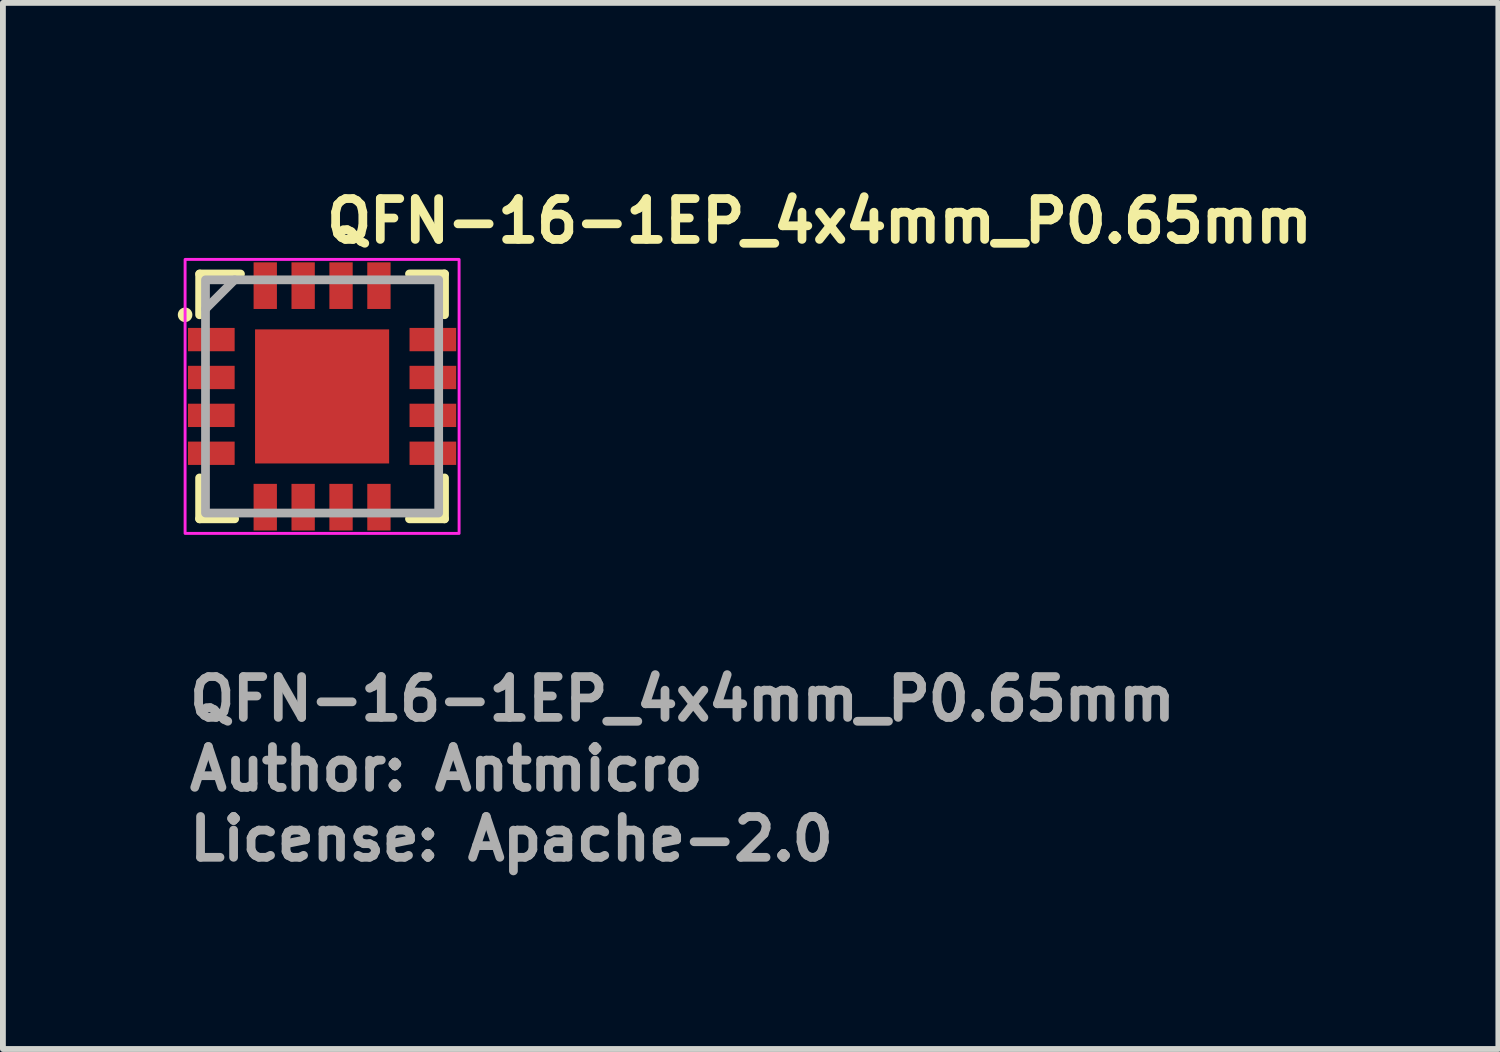
<source format=kicad_pcb>
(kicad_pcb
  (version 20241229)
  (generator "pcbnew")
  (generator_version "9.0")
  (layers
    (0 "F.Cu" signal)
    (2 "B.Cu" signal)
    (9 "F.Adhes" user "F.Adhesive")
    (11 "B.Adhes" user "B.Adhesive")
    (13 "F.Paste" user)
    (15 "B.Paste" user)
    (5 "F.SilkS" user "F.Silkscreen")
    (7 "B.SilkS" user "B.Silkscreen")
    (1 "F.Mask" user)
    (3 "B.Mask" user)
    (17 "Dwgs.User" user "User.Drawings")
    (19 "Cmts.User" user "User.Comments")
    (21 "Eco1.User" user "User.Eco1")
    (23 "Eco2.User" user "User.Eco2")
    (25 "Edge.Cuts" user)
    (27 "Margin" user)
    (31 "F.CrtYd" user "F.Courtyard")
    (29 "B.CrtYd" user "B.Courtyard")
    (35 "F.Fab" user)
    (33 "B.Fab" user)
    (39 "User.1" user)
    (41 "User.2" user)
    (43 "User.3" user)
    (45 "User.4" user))
  (footprint "QFN-16-1EP_4x4mm_P0.65mm"
    (layer "F.Cu")
    (at 2.475 3.75)
    (property "Reference" "QFN-16-1EP_4x4mm_P0.65mm" (at 0 -2.6 0) (layer "F.SilkS") (effects (font (size 0.7 0.7) (thickness 0.15)) (justify left bottom)))
    (attr smd)
    (fp_line (start -2.101 1.398) (end -2.101 2.1) (stroke (width 0.15) (type solid)) (layer "F.SilkS"))
    (fp_line (start -2.101 2.1) (end -1.5 2.1) (stroke (width 0.15) (type solid)) (layer "F.SilkS"))
    (fp_line (start -2.1 -2.1) (end -2.101 -1.4) (stroke (width 0.15) (type solid)) (layer "F.SilkS"))
    (fp_line (start -1.4 -2.1) (end -2.1 -2.1) (stroke (width 0.15) (type solid)) (layer "F.SilkS"))
    (fp_line (start 1.499 -2.101) (end 2.1 -2.101) (stroke (width 0.15) (type solid)) (layer "F.SilkS"))
    (fp_line (start 1.499 2.1) (end 2.1 2.1) (stroke (width 0.15) (type solid)) (layer "F.SilkS"))
    (fp_line (start 2.1 -2.101) (end 2.1 -1.401) (stroke (width 0.15) (type solid)) (layer "F.SilkS"))
    (fp_line (start 2.1 2.1) (end 2.1 1.398) (stroke (width 0.15) (type solid)) (layer "F.SilkS"))
    (fp_circle (center -2.35 -1.4) (end -2.3 -1.4) (stroke (width 0.15) (type solid)) (fill yes) (layer "F.SilkS"))
    (fp_rect (start -2.35 -2.35) (end 2.35 2.35) (stroke (width 0.05) (type solid)) (fill no) (layer "F.CrtYd"))
    (fp_line (start -1.5 -2) (end -2 -1.5) (stroke (width 0.15) (type solid)) (layer "F.Fab"))
    (fp_rect (start 2 2) (end -2 -2) (stroke (width 0.15) (type solid)) (fill no) (layer "F.Fab"))
    (fp_rect (start -2 -2) (end 1.999 1.999) (stroke (width 0.1) (type solid)) (fill no) (layer "User.5"))
    (fp_line (start -2 -1.125) (end -2 -0.826) (stroke (width 0.02) (type solid)) (layer "User.9"))
    (fp_line (start -2 -0.826) (end -1.99 -0.826) (stroke (width 0.02) (type solid)) (layer "User.9"))
    (fp_line (start -2 -0.476) (end -2 -0.176) (stroke (width 0.02) (type solid)) (layer "User.9"))
    (fp_line (start -2 -0.176) (end -1.99 -0.176) (stroke (width 0.02) (type solid)) (layer "User.9"))
    (fp_line (start -2 0.174) (end -2 0.474) (stroke (width 0.02) (type solid)) (layer "User.9"))
    (fp_line (start -2 0.474) (end -1.99 0.474) (stroke (width 0.02) (type solid)) (layer "User.9"))
    (fp_line (start -2 0.824) (end -2 1.124) (stroke (width 0.02) (type solid)) (layer "User.9"))
    (fp_line (start -2 1.124) (end -1.99 1.124) (stroke (width 0.02) (type solid)) (layer "User.9"))
    (fp_line (start -1.99 -1.99) (end -1.99 1.989) (stroke (width 0.02) (type solid)) (layer "User.9"))
    (fp_line (start -1.99 -1.125) (end -2 -1.125) (stroke (width 0.02) (type solid)) (layer "User.9"))
    (fp_line (start -1.99 -0.476) (end -2 -0.476) (stroke (width 0.02) (type solid)) (layer "User.9"))
    (fp_line (start -1.99 0.174) (end -2 0.174) (stroke (width 0.02) (type solid)) (layer "User.9"))
    (fp_line (start -1.99 0.824) (end -2 0.824) (stroke (width 0.02) (type solid)) (layer "User.9"))
    (fp_line (start -1.99 1.989) (end 1.989 1.989) (stroke (width 0.02) (type solid)) (layer "User.9"))
    (fp_line (start -1.125 -2) (end -1.125 -1.99) (stroke (width 0.02) (type solid)) (layer "User.9"))
    (fp_line (start -1.125 1.989) (end -1.125 1.999) (stroke (width 0.02) (type solid)) (layer "User.9"))
    (fp_line (start -1.125 1.999) (end -0.826 1.999) (stroke (width 0.02) (type solid)) (layer "User.9"))
    (fp_line (start -0.826 -2) (end -1.125 -2) (stroke (width 0.02) (type solid)) (layer "User.9"))
    (fp_line (start -0.826 -1.99) (end -0.826 -2) (stroke (width 0.02) (type solid)) (layer "User.9"))
    (fp_line (start -0.826 1.999) (end -0.826 1.989) (stroke (width 0.02) (type solid)) (layer "User.9"))
    (fp_line (start -0.476 -2) (end -0.476 -1.99) (stroke (width 0.02) (type solid)) (layer "User.9"))
    (fp_line (start -0.476 1.989) (end -0.476 1.999) (stroke (width 0.02) (type solid)) (layer "User.9"))
    (fp_line (start -0.476 1.999) (end -0.176 1.999) (stroke (width 0.02) (type solid)) (layer "User.9"))
    (fp_line (start -0.176 -2) (end -0.476 -2) (stroke (width 0.02) (type solid)) (layer "User.9"))
    (fp_line (start -0.176 -1.99) (end -0.176 -2) (stroke (width 0.02) (type solid)) (layer "User.9"))
    (fp_line (start -0.176 1.999) (end -0.176 1.989) (stroke (width 0.02) (type solid)) (layer "User.9"))
    (fp_line (start 0.174 -2) (end 0.174 -1.99) (stroke (width 0.02) (type solid)) (layer "User.9"))
    (fp_line (start 0.174 1.989) (end 0.174 1.999) (stroke (width 0.02) (type solid)) (layer "User.9"))
    (fp_line (start 0.174 1.999) (end 0.474 1.999) (stroke (width 0.02) (type solid)) (layer "User.9"))
    (fp_line (start 0.474 -2) (end 0.174 -2) (stroke (width 0.02) (type solid)) (layer "User.9"))
    (fp_line (start 0.474 -1.99) (end 0.474 -2) (stroke (width 0.02) (type solid)) (layer "User.9"))
    (fp_line (start 0.474 1.999) (end 0.474 1.989) (stroke (width 0.02) (type solid)) (layer "User.9"))
    (fp_line (start 0.824 -2) (end 0.824 -1.99) (stroke (width 0.02) (type solid)) (layer "User.9"))
    (fp_line (start 0.824 1.989) (end 0.824 1.999) (stroke (width 0.02) (type solid)) (layer "User.9"))
    (fp_line (start 0.824 1.999) (end 1.124 1.999) (stroke (width 0.02) (type solid)) (layer "User.9"))
    (fp_line (start 1.124 -2) (end 0.824 -2) (stroke (width 0.02) (type solid)) (layer "User.9"))
    (fp_line (start 1.124 -1.99) (end 1.124 -2) (stroke (width 0.02) (type solid)) (layer "User.9"))
    (fp_line (start 1.124 1.999) (end 1.124 1.989) (stroke (width 0.02) (type solid)) (layer "User.9"))
    (fp_line (start 1.989 -1.99) (end -1.99 -1.99) (stroke (width 0.02) (type solid)) (layer "User.9"))
    (fp_line (start 1.989 -0.826) (end 1.999 -0.826) (stroke (width 0.02) (type solid)) (layer "User.9"))
    (fp_line (start 1.989 -0.176) (end 1.999 -0.176) (stroke (width 0.02) (type solid)) (layer "User.9"))
    (fp_line (start 1.989 0.474) (end 1.999 0.474) (stroke (width 0.02) (type solid)) (layer "User.9"))
    (fp_line (start 1.989 1.124) (end 1.999 1.124) (stroke (width 0.02) (type solid)) (layer "User.9"))
    (fp_line (start 1.989 1.989) (end 1.989 -1.99) (stroke (width 0.02) (type solid)) (layer "User.9"))
    (fp_line (start 1.999 -1.125) (end 1.989 -1.125) (stroke (width 0.02) (type solid)) (layer "User.9"))
    (fp_line (start 1.999 -0.826) (end 1.999 -1.125) (stroke (width 0.02) (type solid)) (layer "User.9"))
    (fp_line (start 1.999 -0.476) (end 1.989 -0.476) (stroke (width 0.02) (type solid)) (layer "User.9"))
    (fp_line (start 1.999 -0.176) (end 1.999 -0.476) (stroke (width 0.02) (type solid)) (layer "User.9"))
    (fp_line (start 1.999 0.174) (end 1.989 0.174) (stroke (width 0.02) (type solid)) (layer "User.9"))
    (fp_line (start 1.999 0.474) (end 1.999 0.174) (stroke (width 0.02) (type solid)) (layer "User.9"))
    (fp_line (start 1.999 0.824) (end 1.989 0.824) (stroke (width 0.02) (type solid)) (layer "User.9"))
    (fp_line (start 1.999 1.124) (end 1.999 0.824) (stroke (width 0.02) (type solid)) (layer "User.9"))
    (fp_circle (center -1.55 -1.55) (end -1.4 -1.55) (stroke (width 0.02) (type solid)) (fill no) (layer "User.9"))
    (fp_text user "Author: Antmicro" (at -2.35 6.799 0) (layer "F.Fab") (effects (font (size 0.7 0.7) (thickness 0.15)) (justify left bottom)))
    (fp_text user "License: Apache-2.0" (at -2.35 7.999 0) (layer "F.Fab") (effects (font (size 0.7 0.7) (thickness 0.15)) (justify left bottom)))
    (fp_text user "${REFERENCE}" (at -2.35 5.599 0) (layer "F.Fab") (effects (font (size 0.7 0.7) (thickness 0.15)) (justify left bottom)))
    (pad "1" smd rect (at -1.9 -0.975) (size 0.8 0.4) (layers "F.Cu" "F.Mask" "F.Paste"))
    (pad "2" smd rect (at -1.9 -0.325) (size 0.8 0.4) (layers "F.Cu" "F.Mask" "F.Paste"))
    (pad "3" smd rect (at -1.9 0.325) (size 0.8 0.4) (layers "F.Cu" "F.Mask" "F.Paste"))
    (pad "4" smd rect (at -1.9 0.975) (size 0.8 0.4) (layers "F.Cu" "F.Mask" "F.Paste"))
    (pad "5" smd rect (at -0.975 1.9) (size 0.4 0.8) (layers "F.Cu" "F.Mask" "F.Paste"))
    (pad "6" smd rect (at -0.325 1.9) (size 0.4 0.8) (layers "F.Cu" "F.Mask" "F.Paste"))
    (pad "7" smd rect (at 0.325 1.9) (size 0.4 0.8) (layers "F.Cu" "F.Mask" "F.Paste"))
    (pad "8" smd rect (at 0.975 1.9) (size 0.4 0.8) (layers "F.Cu" "F.Mask" "F.Paste"))
    (pad "9" smd rect (at 1.9 0.975) (size 0.8 0.4) (layers "F.Cu" "F.Mask" "F.Paste"))
    (pad "10" smd rect (at 1.9 0.325) (size 0.8 0.4) (layers "F.Cu" "F.Mask" "F.Paste"))
    (pad "11" smd rect (at 1.9 -0.325) (size 0.8 0.4) (layers "F.Cu" "F.Mask" "F.Paste"))
    (pad "12" smd rect (at 1.9 -0.975) (size 0.8 0.4) (layers "F.Cu" "F.Mask" "F.Paste"))
    (pad "13" smd rect (at 0.975 -1.9) (size 0.4 0.8) (layers "F.Cu" "F.Mask" "F.Paste"))
    (pad "14" smd rect (at 0.325 -1.9) (size 0.4 0.8) (layers "F.Cu" "F.Mask" "F.Paste"))
    (pad "15" smd rect (at -0.325 -1.9) (size 0.4 0.8) (layers "F.Cu" "F.Mask" "F.Paste"))
    (pad "16" smd rect (at -0.975 -1.9) (size 0.4 0.8) (layers "F.Cu" "F.Mask" "F.Paste"))
    (pad "17" smd rect (at 0 0) (size 2.3 2.3) (layers "F.Cu" "F.Mask" "F.Paste")))
  (gr_rect
    (start -3 -3)
    (end 22.652 14.944)
    (stroke (width 0.1) (type default))
    (fill no)
    (layer "Edge.Cuts")))
</source>
